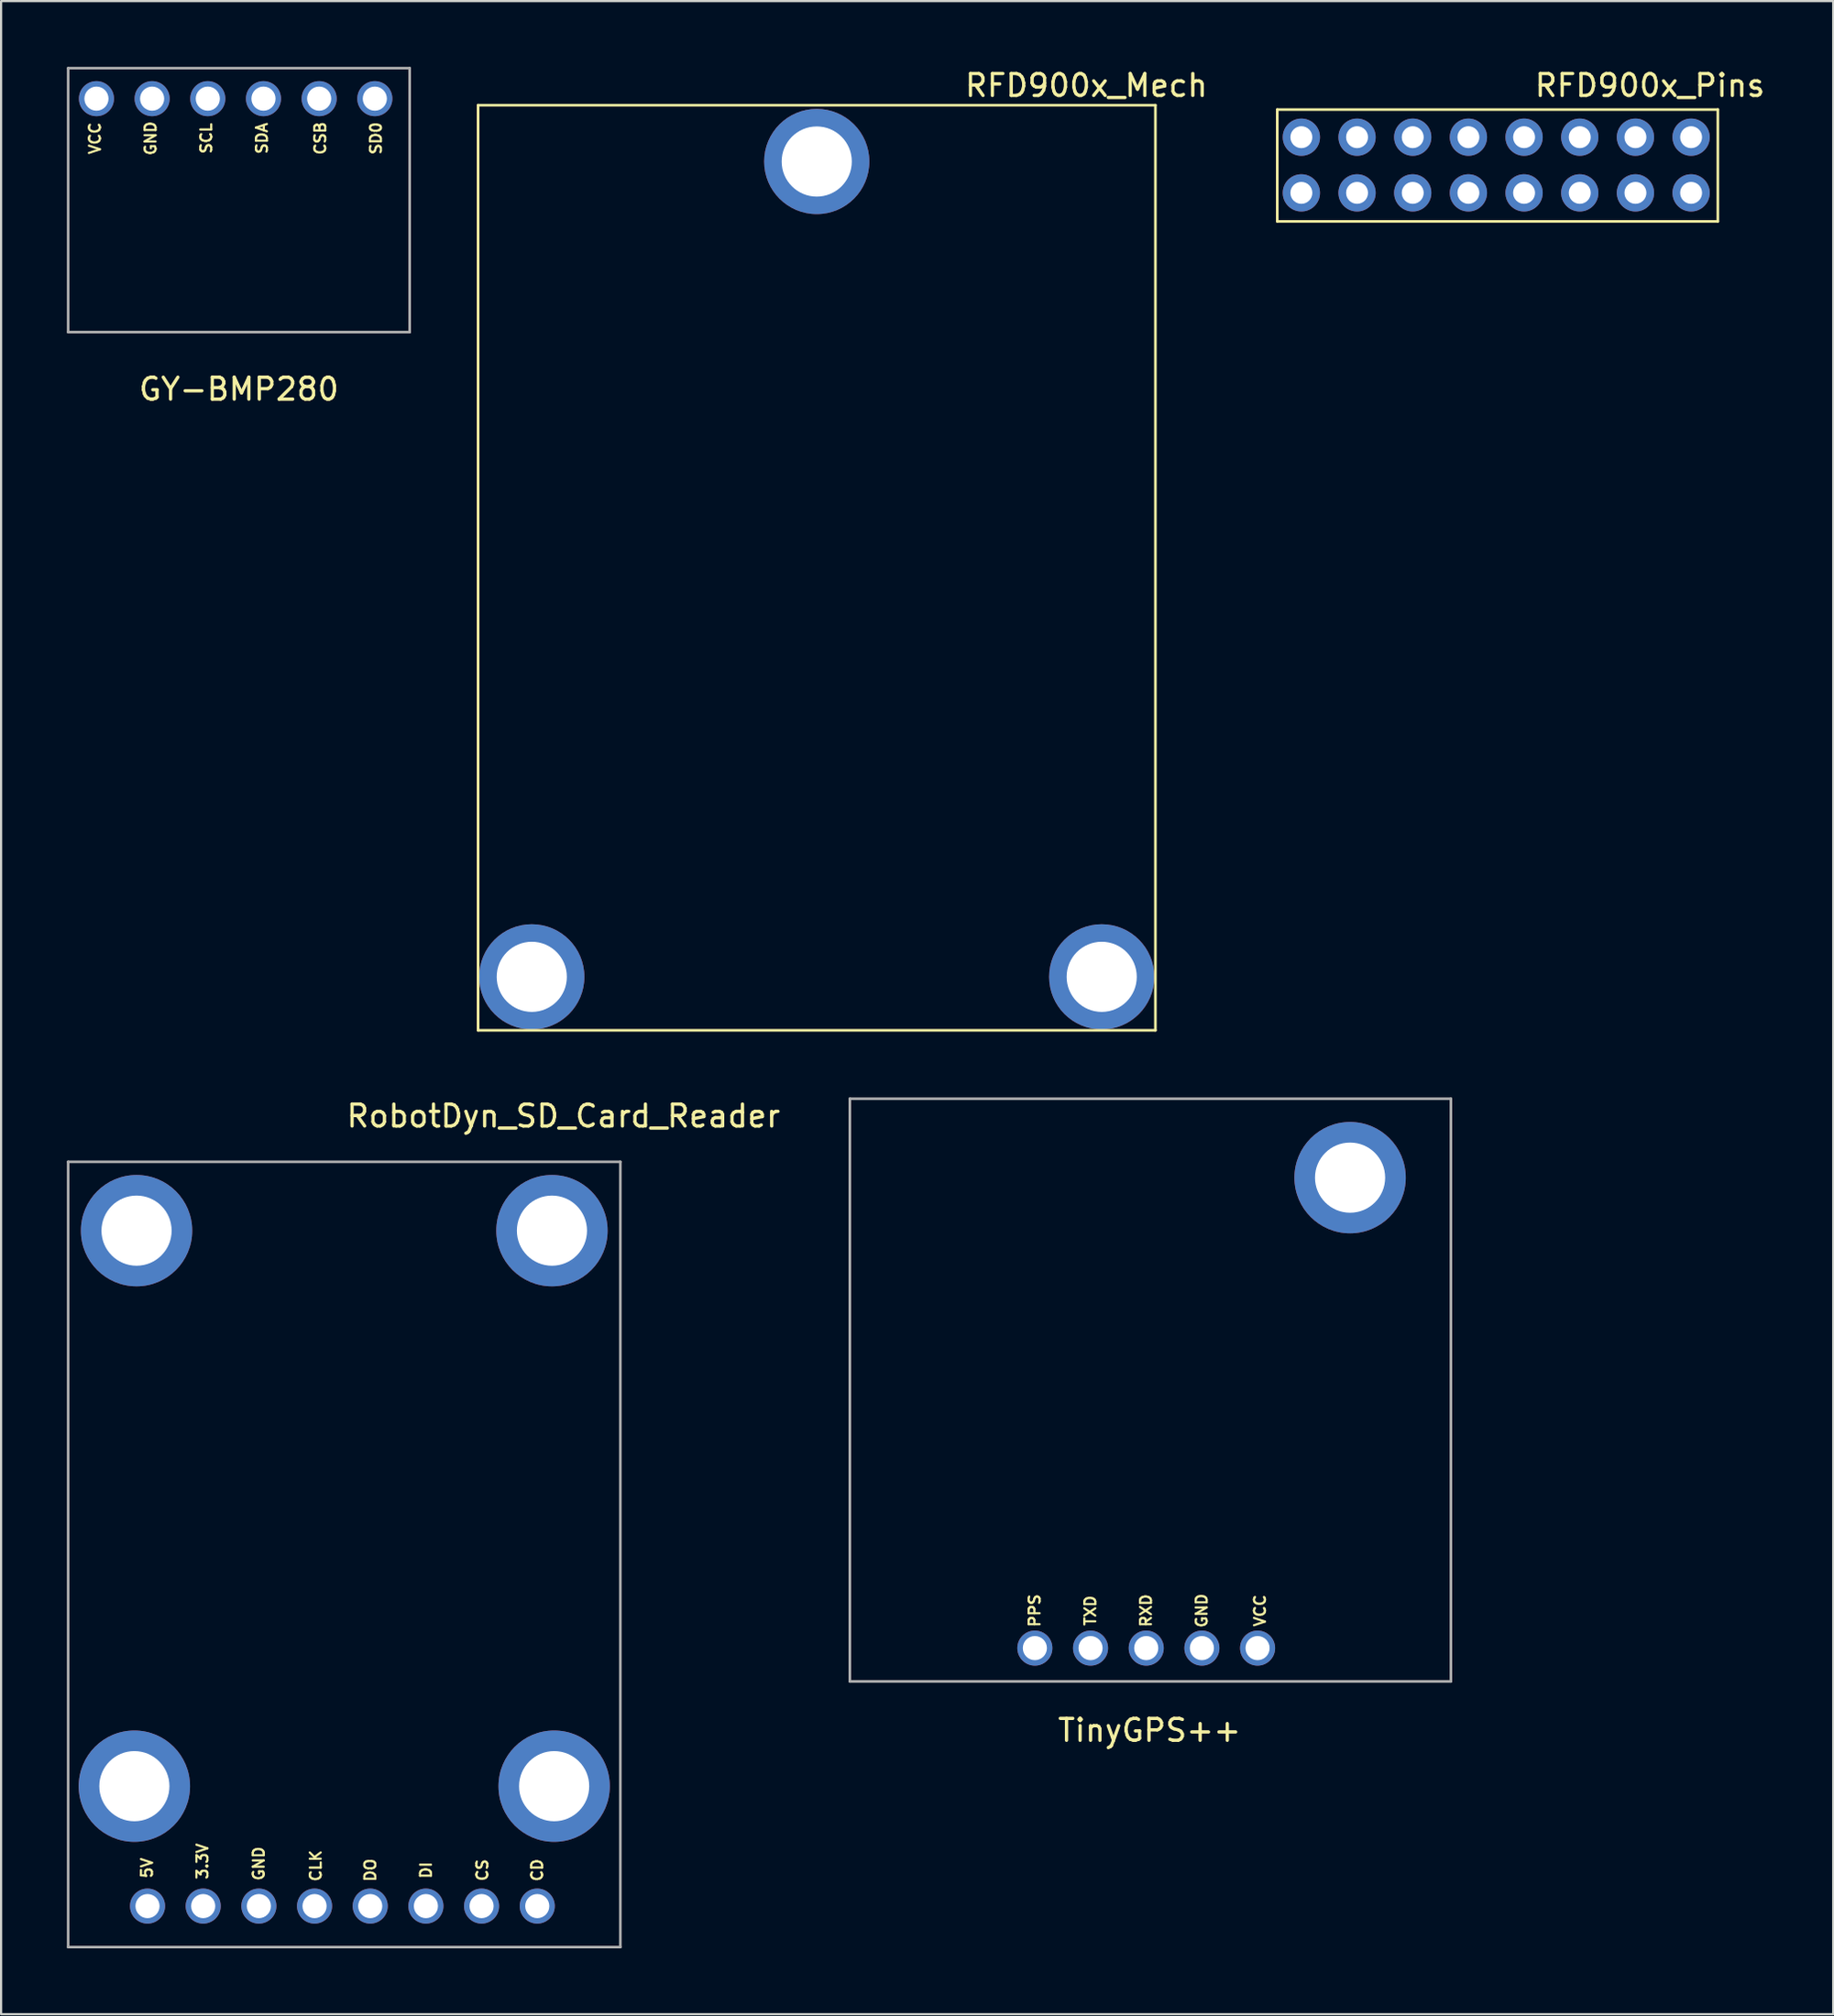
<source format=kicad_pcb>
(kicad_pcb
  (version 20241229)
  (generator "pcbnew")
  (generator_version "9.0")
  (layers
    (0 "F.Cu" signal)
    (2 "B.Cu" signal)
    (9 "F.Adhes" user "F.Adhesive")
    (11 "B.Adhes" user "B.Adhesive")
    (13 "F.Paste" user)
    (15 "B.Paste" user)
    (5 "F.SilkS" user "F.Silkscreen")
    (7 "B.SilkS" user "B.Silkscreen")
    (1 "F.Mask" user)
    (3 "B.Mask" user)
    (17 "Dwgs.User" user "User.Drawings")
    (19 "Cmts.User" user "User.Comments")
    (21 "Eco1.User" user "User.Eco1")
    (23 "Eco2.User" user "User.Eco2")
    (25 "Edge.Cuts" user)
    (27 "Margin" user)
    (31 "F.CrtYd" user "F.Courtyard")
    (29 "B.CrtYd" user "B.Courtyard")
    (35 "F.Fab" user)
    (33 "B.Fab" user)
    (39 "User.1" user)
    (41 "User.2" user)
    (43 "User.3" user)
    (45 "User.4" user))
  (footprint "TinyGPS++"
    (layer "F.Cu")
    (at 49.431 60.358)
    (property "Reference" "TinyGPS++" (at -0.04 15.52 0) (layer "F.SilkS") (effects (font (size 1 1) (thickness 0.15))))
    (attr through_hole)
    (fp_line (start -13.71 -13.29) (end -13.71 13.29) (stroke (width 0.12) (type solid)) (layer "F.Fab"))
    (fp_line (start -13.71 -13.29) (end 13.71 -13.29) (stroke (width 0.12) (type solid)) (layer "F.Fab"))
    (fp_line (start -13.71 13.29) (end 13.71 13.29) (stroke (width 0.12) (type solid)) (layer "F.Fab"))
    (fp_line (start 13.71 -13.29) (end 13.71 13.29) (stroke (width 0.12) (type solid)) (layer "F.Fab"))
    (fp_text user "RXD" (at -0.2 10.06 90) (layer "F.SilkS") (effects (font (size 0.5 0.5) (thickness 0.1))))
    (fp_text user "VCC" (at 5 10.06 90) (layer "F.SilkS") (effects (font (size 0.5 0.5) (thickness 0.1))))
    (fp_text user "GND" (at 2.34 10.06 90) (layer "F.SilkS") (effects (font (size 0.5 0.5) (thickness 0.1))))
    (fp_text user "TXD" (at -2.74 10.06 90) (layer "F.SilkS") (effects (font (size 0.5 0.5) (thickness 0.1))))
    (fp_text user "PPS" (at -5.28 10.06 90) (layer "F.SilkS") (effects (font (size 0.5 0.5) (thickness 0.1))))
    (pad "1" thru_hole circle (at -5.27 11.77) (size 1.6 1.6) (drill 1.1) (layers "*.Cu" "*.Mask"))
    (pad "2" thru_hole circle (at -2.73 11.77) (size 1.6 1.6) (drill 1.1) (layers "*.Cu" "*.Mask"))
    (pad "3" thru_hole circle (at -0.19 11.77) (size 1.6 1.6) (drill 1.1) (layers "*.Cu" "*.Mask"))
    (pad "4" thru_hole circle (at 2.35 11.77) (size 1.6 1.6) (drill 1.1) (layers "*.Cu" "*.Mask"))
    (pad "5" thru_hole circle (at 4.89 11.77) (size 1.6 1.6) (drill 1.1) (layers "*.Cu" "*.Mask"))
    (pad "6" thru_hole circle (at 9.11 -9.69) (size 5.08 5.08) (drill 3.2) (layers "*.Cu" "*.Mask")))
  (footprint "RobotDyn_SD_Card_Reader"
    (layer "F.Cu")
    (at 12.655 67.856)
    (property "Reference" "RobotDyn_SD_Card_Reader" (at 10 -20 0) (layer "F.SilkS") (effects (font (size 1 1) (thickness 0.15))))
    (attr through_hole)
    (fp_line (start -12.595 17.91) (end -12.595 -17.91) (stroke (width 0.12) (type solid)) (layer "F.Fab"))
    (fp_line (start 12.595 -17.91) (end -12.595 -17.91) (stroke (width 0.12) (type solid)) (layer "F.Fab"))
    (fp_line (start 12.595 -17.91) (end 12.595 17.91) (stroke (width 0.12) (type solid)) (layer "F.Fab"))
    (fp_line (start 12.595 17.91) (end -12.595 17.91) (stroke (width 0.12) (type solid)) (layer "F.Fab"))
    (fp_text user "GND" (at -3.9 14.1 90) (layer "F.SilkS") (effects (font (size 0.5 0.5) (thickness 0.1))))
    (fp_text user "CLK" (at -1.3 14.2 90) (layer "F.SilkS") (effects (font (size 0.5 0.5) (thickness 0.1))))
    (fp_text user "5V" (at -9 14.3 90) (layer "F.SilkS") (effects (font (size 0.5 0.5) (thickness 0.1))))
    (fp_text user "3.3V" (at -6.47 14 90) (layer "F.SilkS") (effects (font (size 0.5 0.5) (thickness 0.1))))
    (fp_text user "DO" (at 1.19 14.4 90) (layer "F.SilkS") (effects (font (size 0.5 0.5) (thickness 0.1))))
    (fp_text user "CS" (at 6.3 14.4 90) (layer "F.SilkS") (effects (font (size 0.5 0.5) (thickness 0.1))))
    (fp_text user "DI" (at 3.73 14.4 90) (layer "F.SilkS") (effects (font (size 0.5 0.5) (thickness 0.1))))
    (fp_text user "CD" (at 8.8 14.4 90) (layer "F.SilkS") (effects (font (size 0.5 0.5) (thickness 0.1))))
    (pad "1" thru_hole circle (at -8.975 16.04) (size 1.6 1.6) (drill 1.1) (layers "*.Cu" "*.Mask"))
    (pad "2" thru_hole circle (at -6.435 16.04) (size 1.6 1.6) (drill 1.1) (layers "*.Cu" "*.Mask"))
    (pad "3" thru_hole circle (at -3.895 16.04) (size 1.6 1.6) (drill 1.1) (layers "*.Cu" "*.Mask"))
    (pad "4" thru_hole circle (at -1.355 16.04) (size 1.6 1.6) (drill 1.1) (layers "*.Cu" "*.Mask"))
    (pad "5" thru_hole circle (at 1.185 16.04) (size 1.6 1.6) (drill 1.1) (layers "*.Cu" "*.Mask"))
    (pad "6" thru_hole circle (at 3.725 16.04) (size 1.6 1.6) (drill 1.1) (layers "*.Cu" "*.Mask"))
    (pad "7" thru_hole circle (at 6.265 16.04) (size 1.6 1.6) (drill 1.1) (layers "*.Cu" "*.Mask"))
    (pad "8" thru_hole circle (at 8.805 16.04) (size 1.6 1.6) (drill 1.1) (layers "*.Cu" "*.Mask"))
    (pad "9" thru_hole circle (at -9.475 -14.77) (size 5.08 5.08) (drill 3.2) (layers "*.Cu" "*.Mask"))
    (pad "10" thru_hole circle (at 9.475 -14.77) (size 5.08 5.08) (drill 3.2) (layers "*.Cu" "*.Mask"))
    (pad "11" thru_hole circle (at -9.575 10.57) (size 5.08 5.08) (drill 3.2) (layers "*.Cu" "*.Mask"))
    (pad "12" thru_hole circle (at 9.575 10.57) (size 5.08 5.08) (drill 3.2) (layers "*.Cu" "*.Mask")))
  (footprint "GY-BMP280"
    (layer "F.Cu")
    (at 7.85 5.81)
    (property "Reference" "GY-BMP280" (at 0 8.89 0) (layer "F.SilkS") (effects (font (size 1 1) (thickness 0.15))))
    (attr through_hole)
    (fp_line (start -7.79 -5.75) (end -7.79 6.29) (stroke (width 0.12) (type solid)) (layer "F.Fab"))
    (fp_line (start -7.79 -5.75) (end 7.79 -5.75) (stroke (width 0.12) (type solid)) (layer "F.Fab"))
    (fp_line (start -7.79 6.29) (end 7.79 6.29) (stroke (width 0.12) (type solid)) (layer "F.Fab"))
    (fp_line (start 7.79 -5.75) (end 7.79 6.29) (stroke (width 0.12) (type solid)) (layer "F.Fab"))
    (fp_text user "VCC" (at -6.57 -2.55 90) (layer "F.SilkS") (effects (font (size 0.5 0.5) (thickness 0.1))))
    (fp_text user "SCL" (at -1.49 -2.55 90) (layer "F.SilkS") (effects (font (size 0.5 0.5) (thickness 0.1))))
    (fp_text user "CSB" (at 3.71 -2.55 90) (layer "F.SilkS") (effects (font (size 0.5 0.5) (thickness 0.1))))
    (fp_text user "GND" (at -4.03 -2.55 90) (layer "F.SilkS") (effects (font (size 0.5 0.5) (thickness 0.1))))
    (fp_text user "SD0" (at 6.25 -2.55 90) (layer "F.SilkS") (effects (font (size 0.5 0.5) (thickness 0.1))))
    (fp_text user "SDA" (at 1.05 -2.55 90) (layer "F.SilkS") (effects (font (size 0.5 0.5) (thickness 0.1))))
    (pad "1" thru_hole circle (at -6.5 -4.36) (size 1.6 1.6) (drill 1.1) (layers "*.Cu" "*.Mask"))
    (pad "2" thru_hole circle (at -3.96 -4.36) (size 1.6 1.6) (drill 1.1) (layers "*.Cu" "*.Mask"))
    (pad "3" thru_hole circle (at -1.42 -4.36) (size 1.6 1.6) (drill 1.1) (layers "*.Cu" "*.Mask"))
    (pad "4" thru_hole circle (at 1.12 -4.36) (size 1.6 1.6) (drill 1.1) (layers "*.Cu" "*.Mask"))
    (pad "5" thru_hole circle (at 3.66 -4.36) (size 1.6 1.6) (drill 1.1) (layers "*.Cu" "*.Mask"))
    (pad "6" thru_hole circle (at 6.2 -4.36) (size 1.6 1.6) (drill 1.1) (layers "*.Cu" "*.Mask")))
  (footprint "RFD900x_Mech"
    (layer "F.Cu")
    (at 34.21 22.848)
    (property "Reference" "RFD900x_Mech" (at 12.3 -22 0) (layer "F.SilkS") (effects (font (size 1 1) (thickness 0.15))))
    (attr through_hole)
    (fp_line (start -15.45 -21.1) (end -15.45 21.1) (stroke (width 0.12) (type solid)) (layer "F.SilkS"))
    (fp_line (start -15.45 -21.1) (end 15.45 -21.1) (stroke (width 0.12) (type solid)) (layer "F.SilkS"))
    (fp_line (start -15.45 21.1) (end 15.45 21.1) (stroke (width 0.12) (type solid)) (layer "F.SilkS"))
    (fp_line (start 15.45 -21.1) (end 15.45 21.1) (stroke (width 0.12) (type solid)) (layer "F.SilkS"))
    (pad "1" thru_hole circle (at -13 18.66) (size 4.8 4.8) (drill 3.2) (layers "*.Cu" "*.Mask"))
    (pad "1" thru_hole circle (at 0 -18.53) (size 4.8 4.8) (drill 3.2) (layers "*.Cu" "*.Mask"))
    (pad "1" thru_hole circle (at 13 18.66) (size 4.8 4.8) (drill 3.2) (layers "*.Cu" "*.Mask")))
  (footprint "RFD900x_Pins"
    (layer "F.Cu")
    (at 65.219 4.448)
    (property "Reference" "RFD900x_Pins" (at 7 -3.6 0) (layer "F.SilkS") (effects (font (size 1 1) (thickness 0.15))))
    (attr through_hole)
    (fp_line (start -10 -2.5) (end -10 2.6) (stroke (width 0.12) (type solid)) (layer "F.SilkS"))
    (fp_line (start -10 -2.5) (end 10.1 -2.5) (stroke (width 0.12) (type solid)) (layer "F.SilkS"))
    (fp_line (start -10 2.6) (end 10.1 2.6) (stroke (width 0.12) (type solid)) (layer "F.SilkS"))
    (fp_line (start 10.1 2.6) (end 10.1 -2.5) (stroke (width 0.12) (type solid)) (layer "F.SilkS"))
    (pad "1" thru_hole oval (at -8.9 1.3 90) (size 1.7 1.7) (drill 1) (layers "*.Cu" "*.Mask"))
    (pad "2" thru_hole oval (at -8.9 -1.24 90) (size 1.7 1.7) (drill 1) (layers "*.Cu" "*.Mask"))
    (pad "3" thru_hole oval (at -6.36 1.3 90) (size 1.7 1.7) (drill 1) (layers "*.Cu" "*.Mask"))
    (pad "4" thru_hole oval (at -6.36 -1.24 90) (size 1.7 1.7) (drill 1) (layers "*.Cu" "*.Mask"))
    (pad "5" thru_hole oval (at -3.82 1.3 90) (size 1.7 1.7) (drill 1) (layers "*.Cu" "*.Mask"))
    (pad "6" thru_hole oval (at -3.82 -1.24 90) (size 1.7 1.7) (drill 1) (layers "*.Cu" "*.Mask"))
    (pad "7" thru_hole oval (at -1.28 1.3 90) (size 1.7 1.7) (drill 1) (layers "*.Cu" "*.Mask"))
    (pad "8" thru_hole oval (at -1.28 -1.24 90) (size 1.7 1.7) (drill 1) (layers "*.Cu" "*.Mask"))
    (pad "9" thru_hole oval (at 1.26 1.3 90) (size 1.7 1.7) (drill 1) (layers "*.Cu" "*.Mask"))
    (pad "10" thru_hole oval (at 1.26 -1.24 90) (size 1.7 1.7) (drill 1) (layers "*.Cu" "*.Mask"))
    (pad "11" thru_hole oval (at 3.8 1.3 90) (size 1.7 1.7) (drill 1) (layers "*.Cu" "*.Mask"))
    (pad "12" thru_hole oval (at 3.8 -1.24 90) (size 1.7 1.7) (drill 1) (layers "*.Cu" "*.Mask"))
    (pad "13" thru_hole oval (at 6.34 1.3 90) (size 1.7 1.7) (drill 1) (layers "*.Cu" "*.Mask"))
    (pad "14" thru_hole oval (at 6.34 -1.24 90) (size 1.7 1.7) (drill 1) (layers "*.Cu" "*.Mask"))
    (pad "15" thru_hole oval (at 8.88 1.3 90) (size 1.7 1.7) (drill 1) (layers "*.Cu" "*.Mask"))
    (pad "16" thru_hole oval (at 8.88 -1.24 90) (size 1.7 1.7) (drill 1) (layers "*.Cu" "*.Mask")))
  (gr_rect
    (start -3 -3)
    (end 80.582 88.826)
    (stroke (width 0.1) (type default))
    (fill no)
    (layer "Edge.Cuts")))
</source>
